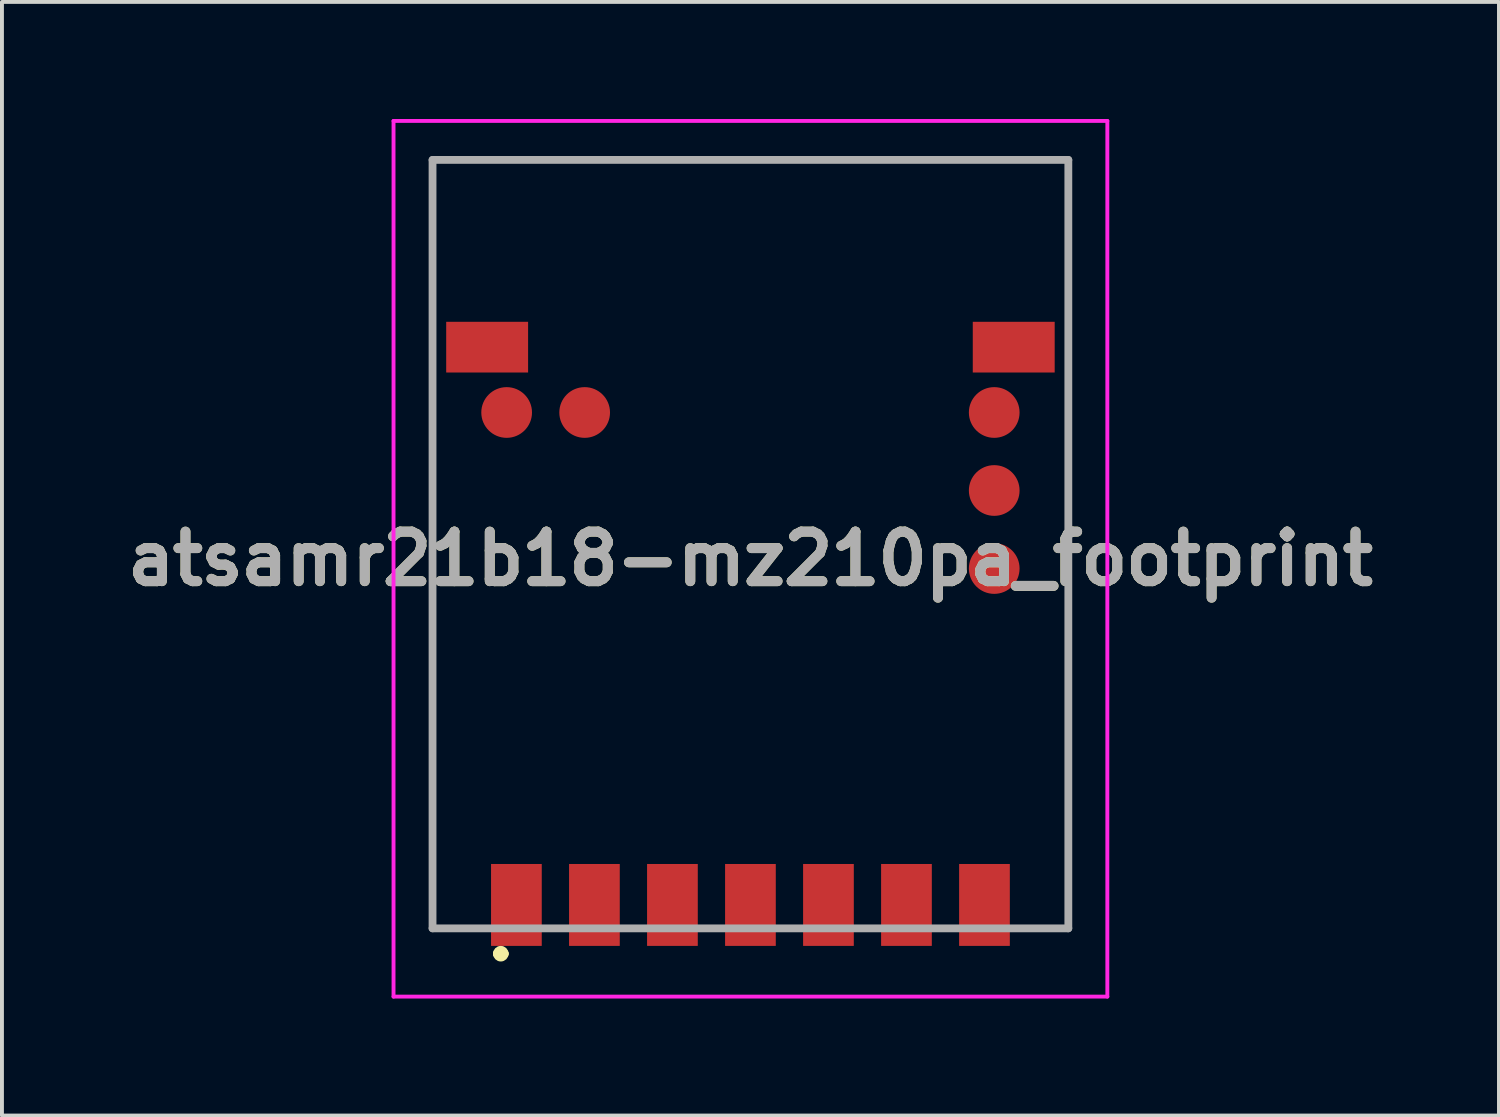
<source format=kicad_pcb>
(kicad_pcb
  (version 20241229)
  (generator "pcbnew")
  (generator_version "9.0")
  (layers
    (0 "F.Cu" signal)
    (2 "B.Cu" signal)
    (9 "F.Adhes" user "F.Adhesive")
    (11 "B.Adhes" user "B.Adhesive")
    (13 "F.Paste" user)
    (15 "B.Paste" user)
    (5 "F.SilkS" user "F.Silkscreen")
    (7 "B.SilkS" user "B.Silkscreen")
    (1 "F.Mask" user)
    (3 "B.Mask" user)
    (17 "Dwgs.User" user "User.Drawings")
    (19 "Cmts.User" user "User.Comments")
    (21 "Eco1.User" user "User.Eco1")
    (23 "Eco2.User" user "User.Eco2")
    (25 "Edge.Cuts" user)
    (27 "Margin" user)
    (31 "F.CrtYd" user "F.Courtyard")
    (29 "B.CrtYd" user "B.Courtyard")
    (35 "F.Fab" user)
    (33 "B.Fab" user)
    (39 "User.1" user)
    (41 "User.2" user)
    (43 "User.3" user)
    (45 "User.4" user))
  (footprint "atsamr21b18-mz210pa_footprint"
    (layer "F.Cu")
    (at 16.189 11.275)
    (property "Reference" "atsamr21b18-mz210pa_footprint" (at 0 0 0) (layer "F.SilkS") (effects (font (size 1.27 1.27) (thickness 0.254))))
    (attr smd)
    (fp_line (start -8.15 -10.225) (end 8.15 -10.225) (stroke (width 0.1) (type solid)) (layer "F.SilkS"))
    (fp_line (start -8.15 9.475) (end -8.15 -10.225) (stroke (width 0.1) (type solid)) (layer "F.SilkS"))
    (fp_line (start -7 9.475) (end -8.15 9.475) (stroke (width 0.1) (type solid)) (layer "F.SilkS"))
    (fp_line (start -6.5 10.125) (end -6.5 10.125) (stroke (width 0.2) (type solid)) (layer "F.SilkS"))
    (fp_line (start -6.3 10.125) (end -6.3 10.125) (stroke (width 0.2) (type solid)) (layer "F.SilkS"))
    (fp_line (start 8.15 -10.225) (end 8.15 9.475) (stroke (width 0.1) (type solid)) (layer "F.SilkS"))
    (fp_line (start 8.15 9.475) (end 7 9.475) (stroke (width 0.1) (type solid)) (layer "F.SilkS"))
    (fp_arc (start -6.5 10.125) (mid -6.4 10.025) (end -6.3 10.125) (stroke (width 0.2) (type solid)) (layer "F.SilkS"))
    (fp_arc (start -6.3 10.125) (mid -6.4 10.225) (end -6.5 10.125) (stroke (width 0.2) (type solid)) (layer "F.SilkS"))
    (fp_line (start -9.15 -11.225) (end 9.15 -11.225) (stroke (width 0.1) (type solid)) (layer "F.CrtYd"))
    (fp_line (start -9.15 11.225) (end -9.15 -11.225) (stroke (width 0.1) (type solid)) (layer "F.CrtYd"))
    (fp_line (start 9.15 -11.225) (end 9.15 11.225) (stroke (width 0.1) (type solid)) (layer "F.CrtYd"))
    (fp_line (start 9.15 11.225) (end -9.15 11.225) (stroke (width 0.1) (type solid)) (layer "F.CrtYd"))
    (fp_line (start -8.15 -10.225) (end 8.15 -10.225) (stroke (width 0.2) (type solid)) (layer "F.Fab"))
    (fp_line (start -8.15 9.475) (end -8.15 -10.225) (stroke (width 0.2) (type solid)) (layer "F.Fab"))
    (fp_line (start 8.15 -10.225) (end 8.15 9.475) (stroke (width 0.2) (type solid)) (layer "F.Fab"))
    (fp_line (start 8.15 9.475) (end -8.15 9.475) (stroke (width 0.2) (type solid)) (layer "F.Fab"))
    (fp_text user "${REFERENCE}" (at 0 0 0) (layer "F.Fab") (effects (font (size 1.27 1.27) (thickness 0.254))))
    (pad "1" smd rect (at -6 8.875) (size 1.3 2.1) (layers "F.Cu" "F.Mask" "F.Paste"))
    (pad "2" smd rect (at -4 8.875) (size 1.3 2.1) (layers "F.Cu" "F.Mask" "F.Paste"))
    (pad "3" smd rect (at -2 8.875) (size 1.3 2.1) (layers "F.Cu" "F.Mask" "F.Paste"))
    (pad "4" smd rect (at 0 8.875) (size 1.3 2.1) (layers "F.Cu" "F.Mask" "F.Paste"))
    (pad "5" smd rect (at 2 8.875) (size 1.3 2.1) (layers "F.Cu" "F.Mask" "F.Paste"))
    (pad "6" smd rect (at 4 8.875) (size 1.3 2.1) (layers "F.Cu" "F.Mask" "F.Paste"))
    (pad "7" smd rect (at 6 8.875) (size 1.3 2.1) (layers "F.Cu" "F.Mask" "F.Paste"))
    (pad "8" smd rect (at 6.75 -5.425 90) (size 1.3 2.1) (layers "F.Cu" "F.Mask" "F.Paste"))
    (pad "9" smd rect (at -6.75 -5.425 90) (size 1.3 2.1) (layers "F.Cu" "F.Mask" "F.Paste"))
    (pad "TP1" smd circle (at -6.25 -3.75) (size 1.3 1.3) (layers "F.Cu" "F.Mask" "F.Paste"))
    (pad "TP2" smd circle (at 6.25 0.25) (size 1.3 1.3) (layers "F.Cu" "F.Mask" "F.Paste"))
    (pad "TP3" smd circle (at 6.25 -1.75) (size 1.3 1.3) (layers "F.Cu" "F.Mask" "F.Paste"))
    (pad "TP4" smd circle (at 6.25 -3.75) (size 1.3 1.3) (layers "F.Cu" "F.Mask" "F.Paste"))
    (pad "TP5" smd circle (at -4.25 -3.75) (size 1.3 1.3) (layers "F.Cu" "F.Mask" "F.Paste")))
  (gr_rect
    (start -3 -3)
    (end 35.379 25.55)
    (stroke (width 0.1) (type default))
    (fill no)
    (layer "Edge.Cuts")))
</source>
